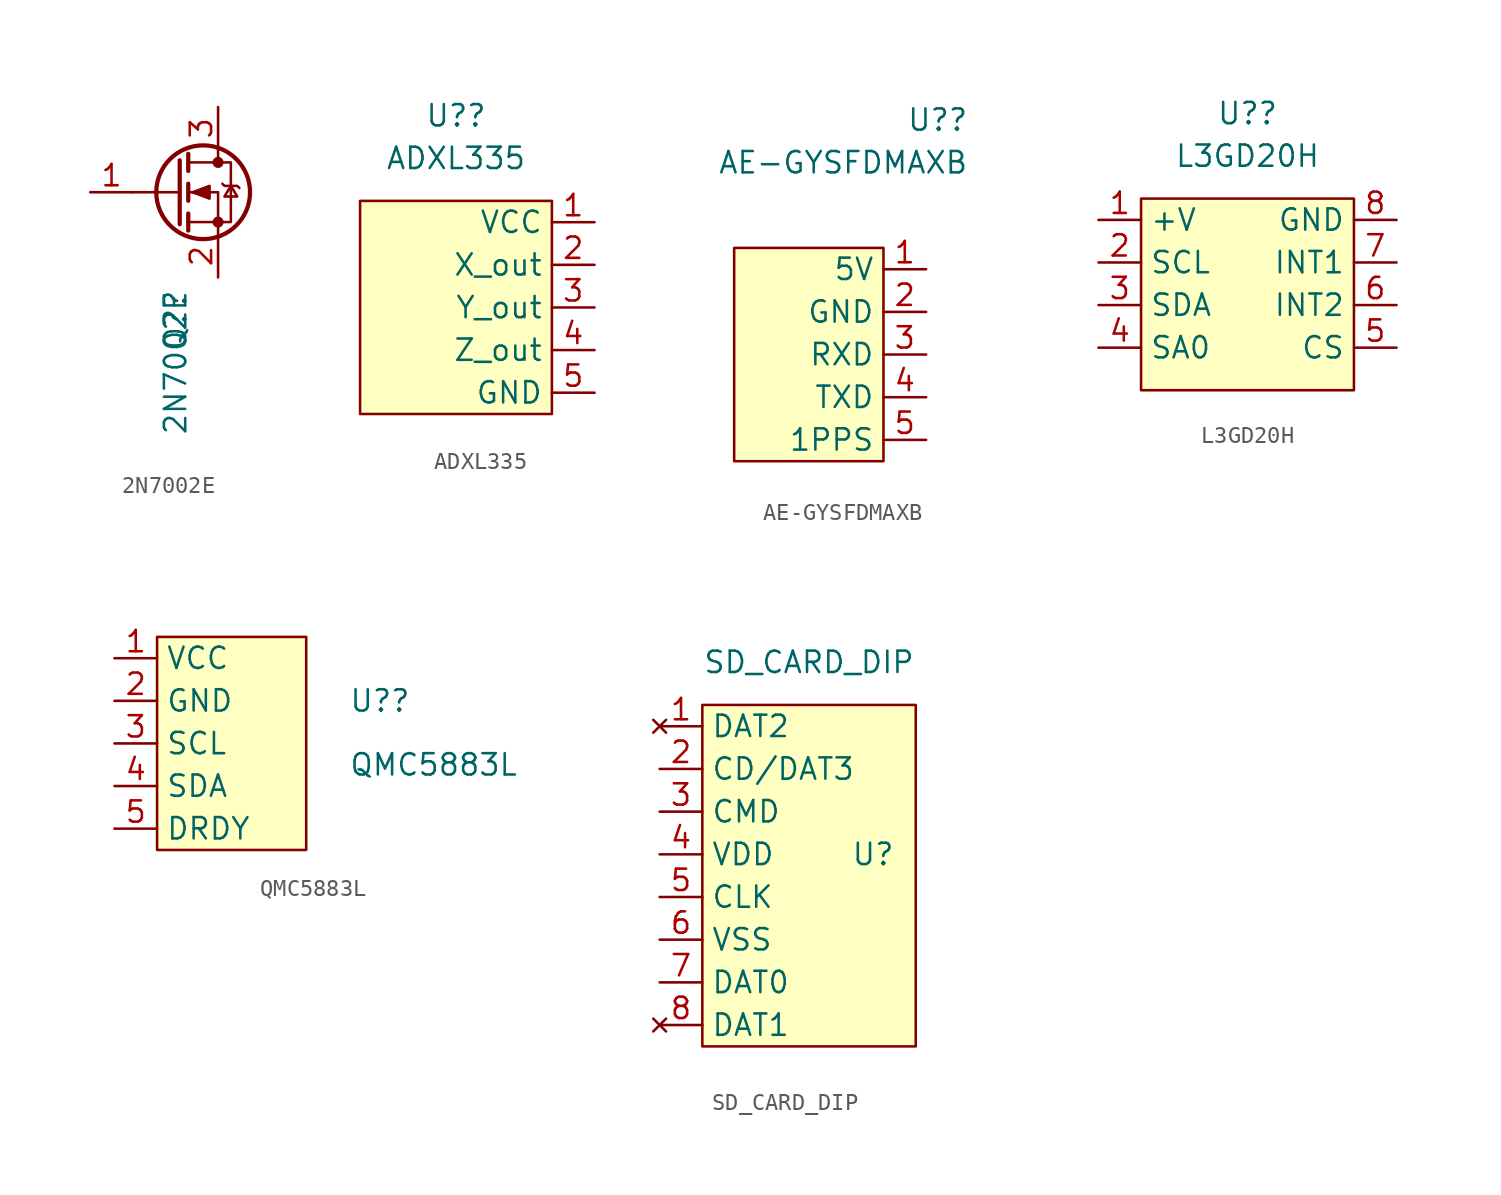
<source format=kicad_sym>
(kicad_symbol_lib
  (version 20211014)
  (generator kicad_symbol_editor)
  (symbol "2N7002E"
    (pin_names hide)
    (property "Reference" "Q?"
      (at 0 -7.62 90)
      (effects (font (size 1.27 1.27))))
    (property "Value" "2N7002E"
      (at 0 -10.16 90)
      (effects (font (size 1.27 1.27))))
    (symbol "2N7002E_0_1"
      (polyline (pts (xy 0.254 0) (xy -2.54 0)) (stroke (width 0) (type default) (color 0 0 0 0)) (fill (type none)))
      (polyline (pts (xy 0.254 1.905) (xy 0.254 -1.905)) (stroke (width 0.254) (type default) (color 0 0 0 0)) (fill (type none)))
      (polyline (pts (xy 0.762 -1.27) (xy 0.762 -2.286)) (stroke (width 0.254) (type default) (color 0 0 0 0)) (fill (type none)))
      (polyline (pts (xy 0.762 0.508) (xy 0.762 -0.508)) (stroke (width 0.254) (type default) (color 0 0 0 0)) (fill (type none)))
      (polyline (pts (xy 0.762 2.286) (xy 0.762 1.27)) (stroke (width 0.254) (type default) (color 0 0 0 0)) (fill (type none)))
      (polyline (pts (xy 2.54 2.54) (xy 2.54 1.778)) (stroke (width 0) (type default) (color 0 0 0 0)) (fill (type none)))
      (polyline (pts (xy 2.54 -2.54) (xy 2.54 0) (xy 0.762 0)) (stroke (width 0) (type default) (color 0 0 0 0)) (fill (type none)))
      (polyline (pts (xy 0.762 -1.778) (xy 3.302 -1.778) (xy 3.302 1.778) (xy 0.762 1.778)) (stroke (width 0) (type default) (color 0 0 0 0)) (fill (type none)))
      (polyline (pts (xy 1.016 0) (xy 2.032 0.381) (xy 2.032 -0.381) (xy 1.016 0)) (stroke (width 0) (type default) (color 0 0 0 0)) (fill (type outline)))
      (polyline (pts (xy 2.794 0.508) (xy 2.921 0.381) (xy 3.683 0.381) (xy 3.81 0.254)) (stroke (width 0) (type default) (color 0 0 0 0)) (fill (type none)))
      (polyline (pts (xy 3.302 0.381) (xy 2.921 -0.254) (xy 3.683 -0.254) (xy 3.302 0.381)) (stroke (width 0) (type default) (color 0 0 0 0)) (fill (type none)))
      (circle (center 1.651 0) (radius 2.794) (stroke (width 0.254) (type default) (color 0 0 0 0)) (fill (type none)))
      (circle (center 2.54 -1.778) (radius 0.254) (stroke (width 0) (type default) (color 0 0 0 0)) (fill (type outline)))
      (circle (center 2.54 1.778) (radius 0.254) (stroke (width 0) (type default) (color 0 0 0 0)) (fill (type outline))))
    (symbol "2N7002E_1_1"
      (pin input line (at -5.08 0 0) (length 2.54) (name "G" (effects (font (size 1.27 1.27)))) (number "1" (effects (font (size 1.27 1.27)))))
      (pin passive line (at 2.54 -5.08 90) (length 2.54) (name "S" (effects (font (size 1.27 1.27)))) (number "2" (effects (font (size 1.27 1.27)))))
      (pin passive line (at 2.54 5.08 270) (length 2.54) (name "D" (effects (font (size 1.27 1.27)))) (number "3" (effects (font (size 1.27 1.27)))))))
  (symbol "ADXL335"
    (property "Reference" "U?"
      (at -0.635 11.43 0)
      (effects (font (size 1.27 1.27))))
    (property "Value" "ADXL335"
      (at -0.635 8.89 0)
      (effects (font (size 1.27 1.27))))
    (symbol "ADXL335_0_1"
      (rectangle (start -6.35 6.35) (end 5.08 -6.35) (stroke (width 0) (type default) (color 0 0 0 0)) (fill (type background))))
    (symbol "ADXL335_1_1"
      (pin bidirectional line (at 7.62 5.08 180) (length 2.54) (name "VCC" (effects (font (size 1.27 1.27)))) (number "1" (effects (font (size 1.27 1.27)))))
      (pin bidirectional line (at 7.62 2.54 180) (length 2.54) (name "X_out" (effects (font (size 1.27 1.27)))) (number "2" (effects (font (size 1.27 1.27)))))
      (pin bidirectional line (at 7.62 0 180) (length 2.54) (name "Y_out" (effects (font (size 1.27 1.27)))) (number "3" (effects (font (size 1.27 1.27)))))
      (pin bidirectional line (at 7.62 -2.54 180) (length 2.54) (name "Z_out" (effects (font (size 1.27 1.27)))) (number "4" (effects (font (size 1.27 1.27)))))
      (pin bidirectional line (at 7.62 -5.08 180) (length 2.54) (name "GND" (effects (font (size 1.27 1.27)))) (number "5" (effects (font (size 1.27 1.27)))))))
  (symbol "AE-GYSFDMAXB"
    (property "Reference" "U?"
      (at 7.62 13.97 0)
      (effects (font (size 1.27 1.27)) (justify right)))
    (property "Value" "AE-GYSFDMAXB"
      (at 7.62 11.43 0)
      (effects (font (size 1.27 1.27)) (justify right)))
    (symbol "AE-GYSFDMAXB_0_1"
      (rectangle (start -6.35 6.35) (end 2.54 -6.35) (stroke (width 0) (type default) (color 0 0 0 0)) (fill (type background))))
    (symbol "AE-GYSFDMAXB_1_1"
      (pin bidirectional line (at 5.08 5.08 180) (length 2.54) (name "5V" (effects (font (size 1.27 1.27)))) (number "1" (effects (font (size 1.27 1.27)))))
      (pin bidirectional line (at 5.08 2.54 180) (length 2.54) (name "GND" (effects (font (size 1.27 1.27)))) (number "2" (effects (font (size 1.27 1.27)))))
      (pin bidirectional line (at 5.08 0 180) (length 2.54) (name "RXD" (effects (font (size 1.27 1.27)))) (number "3" (effects (font (size 1.27 1.27)))))
      (pin bidirectional line (at 5.08 -2.54 180) (length 2.54) (name "TXD" (effects (font (size 1.27 1.27)))) (number "4" (effects (font (size 1.27 1.27)))))
      (pin bidirectional line (at 5.08 -5.08 180) (length 2.54) (name "1PPS" (effects (font (size 1.27 1.27)))) (number "5" (effects (font (size 1.27 1.27)))))))
  (symbol "L3GD20H"
    (property "Reference" "U?"
      (at 0 2.54 0)
      (effects (font (size 1.27 1.27))))
    (property "Value" "L3GD20H"
      (at 0 0 0)
      (effects (font (size 1.27 1.27))))
    (symbol "L3GD20H_0_1"
      (rectangle (start -6.35 -2.54) (end 6.35 -13.97) (stroke (width 0) (type default) (color 0 0 0 0)) (fill (type background))))
    (symbol "L3GD20H_1_1"
      (pin bidirectional line (at -8.89 -3.81 0) (length 2.54) (name "+V" (effects (font (size 1.27 1.27)))) (number "1" (effects (font (size 1.27 1.27)))))
      (pin bidirectional line (at -8.89 -6.35 0) (length 2.54) (name "SCL" (effects (font (size 1.27 1.27)))) (number "2" (effects (font (size 1.27 1.27)))))
      (pin bidirectional line (at -8.89 -8.89 0) (length 2.54) (name "SDA" (effects (font (size 1.27 1.27)))) (number "3" (effects (font (size 1.27 1.27)))))
      (pin bidirectional line (at -8.89 -11.43 0) (length 2.54) (name "SA0" (effects (font (size 1.27 1.27)))) (number "4" (effects (font (size 1.27 1.27)))))
      (pin bidirectional line (at 8.89 -11.43 180) (length 2.54) (name "CS" (effects (font (size 1.27 1.27)))) (number "5" (effects (font (size 1.27 1.27)))))
      (pin bidirectional line (at 8.89 -8.89 180) (length 2.54) (name "INT2" (effects (font (size 1.27 1.27)))) (number "6" (effects (font (size 1.27 1.27)))))
      (pin bidirectional line (at 8.89 -6.35 180) (length 2.54) (name "INT1" (effects (font (size 1.27 1.27)))) (number "7" (effects (font (size 1.27 1.27)))))
      (pin bidirectional line (at 8.89 -3.81 180) (length 2.54) (name "GND" (effects (font (size 1.27 1.27)))) (number "8" (effects (font (size 1.27 1.27)))))))
  (symbol "QMC5883L"
    (property "Reference" "U?"
      (at 7.62 2.54 0)
      (effects (font (size 1.27 1.27)) (justify left)))
    (property "Value" "QMC5883L"
      (at 7.62 -1.27 0)
      (effects (font (size 1.27 1.27)) (justify left)))
    (symbol "QMC5883L_0_1"
      (rectangle (start -3.81 6.35) (end 5.08 -6.35) (stroke (width 0) (type default) (color 0 0 0 0)) (fill (type background))))
    (symbol "QMC5883L_1_1"
      (pin bidirectional line (at -6.35 5.08 0) (length 2.54) (name "VCC" (effects (font (size 1.27 1.27)))) (number "1" (effects (font (size 1.27 1.27)))))
      (pin bidirectional line (at -6.35 2.54 0) (length 2.54) (name "GND" (effects (font (size 1.27 1.27)))) (number "2" (effects (font (size 1.27 1.27)))))
      (pin bidirectional line (at -6.35 0 0) (length 2.54) (name "SCL" (effects (font (size 1.27 1.27)))) (number "3" (effects (font (size 1.27 1.27)))))
      (pin bidirectional line (at -6.35 -2.54 0) (length 2.54) (name "SDA" (effects (font (size 1.27 1.27)))) (number "4" (effects (font (size 1.27 1.27)))))
      (pin bidirectional line (at -6.35 -5.08 0) (length 2.54) (name "DRDY" (effects (font (size 1.27 1.27)))) (number "5" (effects (font (size 1.27 1.27)))))))
  (symbol "SD_CARD_DIP"
    (property "Reference" "U"
      (at 3.81 1.27 0)
      (effects (font (size 1.27 1.27))))
    (property "Value" "SD_CARD_DIP"
      (at 0 12.7 0)
      (effects (font (size 1.27 1.27))))
    (symbol "SD_CARD_DIP_0_1"
      (rectangle (start -6.35 10.16) (end 6.35 -10.16) (stroke (width 0) (type default) (color 0 0 0 0)) (fill (type background))))
    (symbol "SD_CARD_DIP_1_1"
      (pin no_connect line (at -8.89 8.89 0) (length 2.54) (name "DAT2" (effects (font (size 1.27 1.27)))) (number "1" (effects (font (size 1.27 1.27)))))
      (pin passive line (at -8.89 6.35 0) (length 2.54) (name "CD/DAT3" (effects (font (size 1.27 1.27)))) (number "2" (effects (font (size 1.27 1.27)))))
      (pin passive line (at -8.89 3.81 0) (length 2.54) (name "CMD" (effects (font (size 1.27 1.27)))) (number "3" (effects (font (size 1.27 1.27)))))
      (pin passive line (at -8.89 1.27 0) (length 2.54) (name "VDD" (effects (font (size 1.27 1.27)))) (number "4" (effects (font (size 1.27 1.27)))))
      (pin passive line (at -8.89 -1.27 0) (length 2.54) (name "CLK" (effects (font (size 1.27 1.27)))) (number "5" (effects (font (size 1.27 1.27)))))
      (pin passive line (at -8.89 -3.81 0) (length 2.54) (name "VSS" (effects (font (size 1.27 1.27)))) (number "6" (effects (font (size 1.27 1.27)))))
      (pin passive line (at -8.89 -6.35 0) (length 2.54) (name "DAT0" (effects (font (size 1.27 1.27)))) (number "7" (effects (font (size 1.27 1.27)))))
      (pin no_connect line (at -8.89 -8.89 0) (length 2.54) (name "DAT1" (effects (font (size 1.27 1.27)))) (number "8" (effects (font (size 1.27 1.27))))))))
</source>
